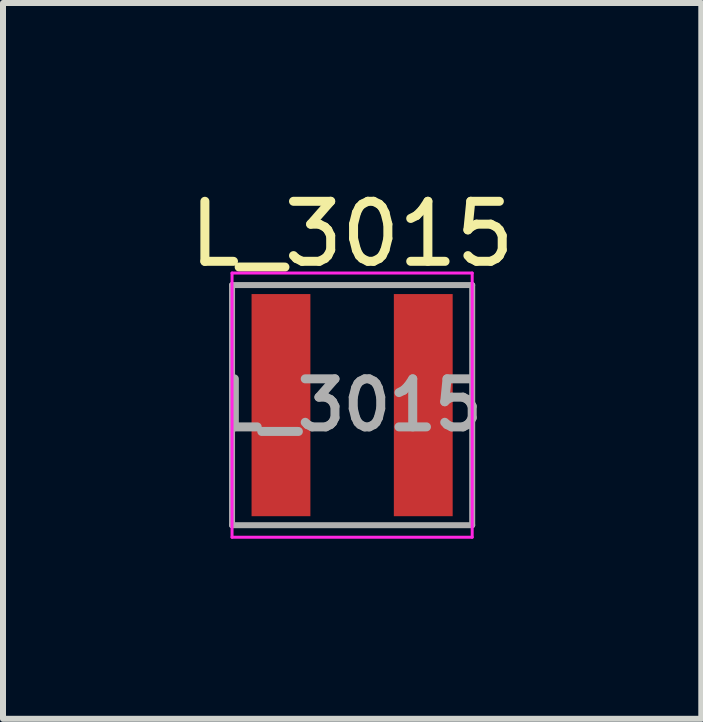
<source format=kicad_pcb>
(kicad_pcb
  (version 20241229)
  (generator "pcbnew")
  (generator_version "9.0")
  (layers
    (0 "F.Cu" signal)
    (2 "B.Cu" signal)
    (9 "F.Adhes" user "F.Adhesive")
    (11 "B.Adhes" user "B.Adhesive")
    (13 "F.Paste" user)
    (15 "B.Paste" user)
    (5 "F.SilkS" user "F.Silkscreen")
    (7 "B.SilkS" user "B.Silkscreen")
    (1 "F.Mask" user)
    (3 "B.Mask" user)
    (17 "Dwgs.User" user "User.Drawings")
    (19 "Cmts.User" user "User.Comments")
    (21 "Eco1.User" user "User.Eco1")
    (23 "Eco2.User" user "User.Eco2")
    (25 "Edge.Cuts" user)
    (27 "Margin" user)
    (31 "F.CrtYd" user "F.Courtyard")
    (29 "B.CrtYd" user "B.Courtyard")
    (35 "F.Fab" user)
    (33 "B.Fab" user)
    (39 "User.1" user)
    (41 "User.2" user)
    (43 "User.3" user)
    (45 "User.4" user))
  (footprint "L_3015"
    (layer "F.Cu")
    (at 2.815 3.698)
    (property "Reference" "L_3015" (at 0 -2.85 0) (layer "F.SilkS") (effects (font (size 1 1) (thickness 0.15))))
    (attr smd)
    (fp_line (start -2 -2.2) (end -2 2.2) (stroke (width 0.05) (type solid)) (layer "F.CrtYd"))
    (fp_line (start -2 2.2) (end 2 2.2) (stroke (width 0.05) (type solid)) (layer "F.CrtYd"))
    (fp_line (start 2 -2.2) (end -2 -2.2) (stroke (width 0.05) (type solid)) (layer "F.CrtYd"))
    (fp_line (start 2 2.2) (end 2 -2.2) (stroke (width 0.05) (type solid)) (layer "F.CrtYd"))
    (fp_line (start -2 -2) (end -2 2) (stroke (width 0.1) (type solid)) (layer "F.Fab"))
    (fp_line (start -2 2) (end 2 2) (stroke (width 0.1) (type solid)) (layer "F.Fab"))
    (fp_line (start 2 -2) (end -2 -2) (stroke (width 0.1) (type solid)) (layer "F.Fab"))
    (fp_line (start 2 2) (end 2 -2) (stroke (width 0.1) (type solid)) (layer "F.Fab"))
    (fp_text user "${REFERENCE}" (at 0 0 0) (layer "F.Fab") (effects (font (size 0.8 0.8) (thickness 0.15))))
    (pad "1" smd rect (at -1.185 0) (size 0.98 3.7) (layers "F.Cu" "F.Mask" "F.Paste"))
    (pad "2" smd rect (at 1.185 0) (size 0.98 3.7) (layers "F.Cu" "F.Mask" "F.Paste")))
  (gr_rect
    (start -3 -3)
    (end 8.631 8.923)
    (stroke (width 0.1) (type default))
    (fill no)
    (layer "Edge.Cuts")))
</source>
